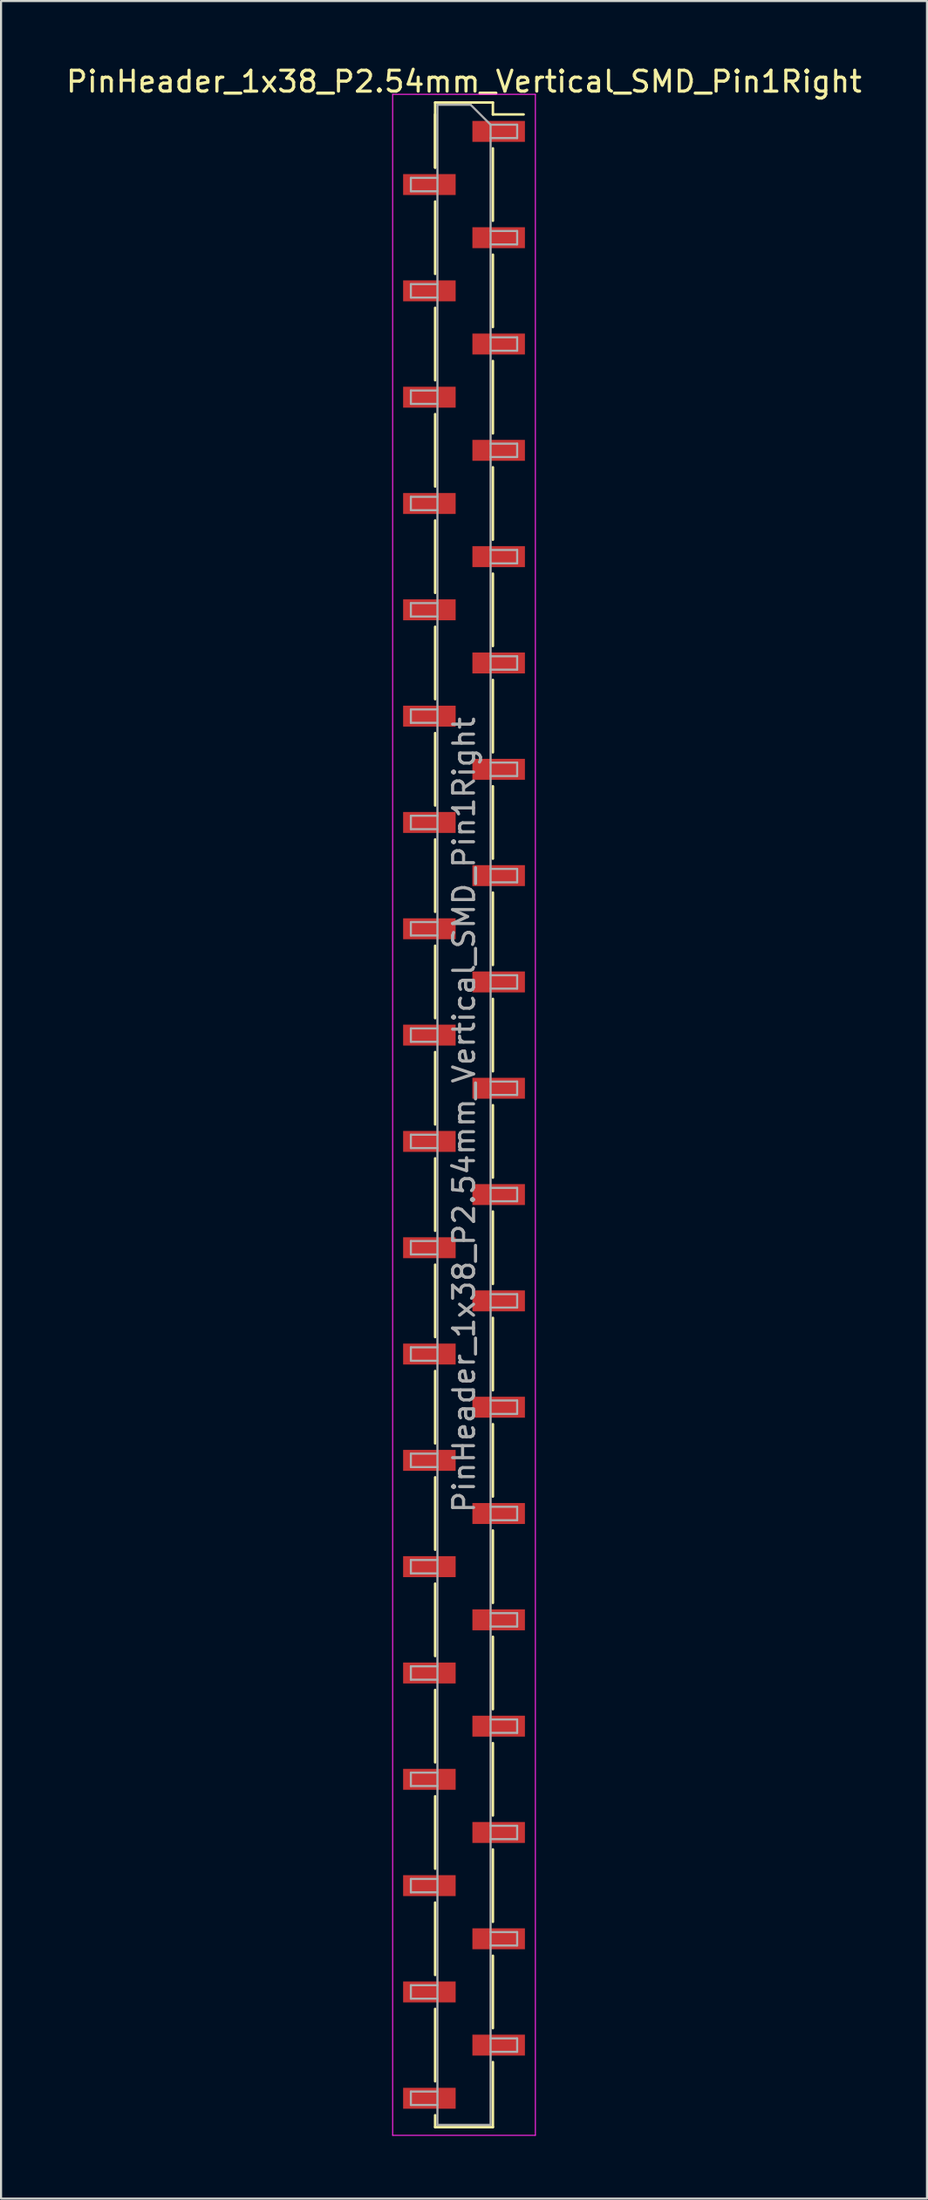
<source format=kicad_pcb>
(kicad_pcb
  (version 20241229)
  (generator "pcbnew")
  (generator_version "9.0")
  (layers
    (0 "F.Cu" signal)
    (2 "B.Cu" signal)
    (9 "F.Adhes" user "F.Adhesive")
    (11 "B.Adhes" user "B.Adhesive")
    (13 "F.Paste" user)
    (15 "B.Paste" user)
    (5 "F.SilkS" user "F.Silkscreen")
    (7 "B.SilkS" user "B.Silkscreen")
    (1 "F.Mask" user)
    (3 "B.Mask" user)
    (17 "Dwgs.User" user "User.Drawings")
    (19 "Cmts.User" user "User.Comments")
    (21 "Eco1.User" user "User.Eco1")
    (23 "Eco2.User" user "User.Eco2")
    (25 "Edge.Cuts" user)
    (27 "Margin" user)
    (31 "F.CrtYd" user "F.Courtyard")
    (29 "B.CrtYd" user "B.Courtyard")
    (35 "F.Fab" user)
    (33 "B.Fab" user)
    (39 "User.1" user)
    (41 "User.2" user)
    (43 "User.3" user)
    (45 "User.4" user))
  (footprint "PinHeader_1x38_P2.54mm_Vertical_SMD_Pin1Right"
    (layer "F.Cu")
    (at 19.125 50.218)
    (property "Reference" "PinHeader_1x38_P2.54mm_Vertical_SMD_Pin1Right" (at 0 -49.37 0) (layer "F.SilkS") (effects (font (size 1 1) (thickness 0.15))))
    (attr smd)
    (fp_line (start -1.38 -48.37) (end -1.38 -45.26) (stroke (width 0.12) (type solid)) (layer "F.SilkS"))
    (fp_line (start -1.38 -48.37) (end 1.38 -48.37) (stroke (width 0.12) (type solid)) (layer "F.SilkS"))
    (fp_line (start -1.38 -47.8) (end -1.38 -45.26) (stroke (width 0.12) (type solid)) (layer "F.SilkS"))
    (fp_line (start -1.38 -43.64) (end -1.38 -40.18) (stroke (width 0.12) (type solid)) (layer "F.SilkS"))
    (fp_line (start -1.38 -38.56) (end -1.38 -35.1) (stroke (width 0.12) (type solid)) (layer "F.SilkS"))
    (fp_line (start -1.38 -33.48) (end -1.38 -30.02) (stroke (width 0.12) (type solid)) (layer "F.SilkS"))
    (fp_line (start -1.38 -28.4) (end -1.38 -24.94) (stroke (width 0.12) (type solid)) (layer "F.SilkS"))
    (fp_line (start -1.38 -23.32) (end -1.38 -19.86) (stroke (width 0.12) (type solid)) (layer "F.SilkS"))
    (fp_line (start -1.38 -18.24) (end -1.38 -14.78) (stroke (width 0.12) (type solid)) (layer "F.SilkS"))
    (fp_line (start -1.38 -13.16) (end -1.38 -9.7) (stroke (width 0.12) (type solid)) (layer "F.SilkS"))
    (fp_line (start -1.38 -8.08) (end -1.38 -4.62) (stroke (width 0.12) (type solid)) (layer "F.SilkS"))
    (fp_line (start -1.38 -3) (end -1.38 0.46) (stroke (width 0.12) (type solid)) (layer "F.SilkS"))
    (fp_line (start -1.38 2.08) (end -1.38 5.54) (stroke (width 0.12) (type solid)) (layer "F.SilkS"))
    (fp_line (start -1.38 7.16) (end -1.38 10.62) (stroke (width 0.12) (type solid)) (layer "F.SilkS"))
    (fp_line (start -1.38 12.24) (end -1.38 15.7) (stroke (width 0.12) (type solid)) (layer "F.SilkS"))
    (fp_line (start -1.38 17.32) (end -1.38 20.78) (stroke (width 0.12) (type solid)) (layer "F.SilkS"))
    (fp_line (start -1.38 22.4) (end -1.38 25.86) (stroke (width 0.12) (type solid)) (layer "F.SilkS"))
    (fp_line (start -1.38 27.48) (end -1.38 30.94) (stroke (width 0.12) (type solid)) (layer "F.SilkS"))
    (fp_line (start -1.38 32.56) (end -1.38 36.02) (stroke (width 0.12) (type solid)) (layer "F.SilkS"))
    (fp_line (start -1.38 37.64) (end -1.38 41.1) (stroke (width 0.12) (type solid)) (layer "F.SilkS"))
    (fp_line (start -1.38 42.72) (end -1.38 46.18) (stroke (width 0.12) (type solid)) (layer "F.SilkS"))
    (fp_line (start -1.38 47.8) (end -1.38 48.37) (stroke (width 0.12) (type solid)) (layer "F.SilkS"))
    (fp_line (start -1.38 48.37) (end 1.38 48.37) (stroke (width 0.12) (type solid)) (layer "F.SilkS"))
    (fp_line (start 1.38 -48.37) (end 1.38 -47.8) (stroke (width 0.12) (type solid)) (layer "F.SilkS"))
    (fp_line (start 1.38 -47.8) (end 2.85 -47.8) (stroke (width 0.12) (type solid)) (layer "F.SilkS"))
    (fp_line (start 1.38 -46.18) (end 1.38 -42.72) (stroke (width 0.12) (type solid)) (layer "F.SilkS"))
    (fp_line (start 1.38 -41.1) (end 1.38 -37.64) (stroke (width 0.12) (type solid)) (layer "F.SilkS"))
    (fp_line (start 1.38 -36.02) (end 1.38 -32.56) (stroke (width 0.12) (type solid)) (layer "F.SilkS"))
    (fp_line (start 1.38 -30.94) (end 1.38 -27.48) (stroke (width 0.12) (type solid)) (layer "F.SilkS"))
    (fp_line (start 1.38 -25.86) (end 1.38 -22.4) (stroke (width 0.12) (type solid)) (layer "F.SilkS"))
    (fp_line (start 1.38 -20.78) (end 1.38 -17.32) (stroke (width 0.12) (type solid)) (layer "F.SilkS"))
    (fp_line (start 1.38 -15.7) (end 1.38 -12.24) (stroke (width 0.12) (type solid)) (layer "F.SilkS"))
    (fp_line (start 1.38 -10.62) (end 1.38 -7.16) (stroke (width 0.12) (type solid)) (layer "F.SilkS"))
    (fp_line (start 1.38 -5.54) (end 1.38 -2.08) (stroke (width 0.12) (type solid)) (layer "F.SilkS"))
    (fp_line (start 1.38 -0.46) (end 1.38 3) (stroke (width 0.12) (type solid)) (layer "F.SilkS"))
    (fp_line (start 1.38 4.62) (end 1.38 8.08) (stroke (width 0.12) (type solid)) (layer "F.SilkS"))
    (fp_line (start 1.38 9.7) (end 1.38 13.16) (stroke (width 0.12) (type solid)) (layer "F.SilkS"))
    (fp_line (start 1.38 14.78) (end 1.38 18.24) (stroke (width 0.12) (type solid)) (layer "F.SilkS"))
    (fp_line (start 1.38 19.86) (end 1.38 23.32) (stroke (width 0.12) (type solid)) (layer "F.SilkS"))
    (fp_line (start 1.38 24.94) (end 1.38 28.4) (stroke (width 0.12) (type solid)) (layer "F.SilkS"))
    (fp_line (start 1.38 30.02) (end 1.38 33.48) (stroke (width 0.12) (type solid)) (layer "F.SilkS"))
    (fp_line (start 1.38 35.1) (end 1.38 38.56) (stroke (width 0.12) (type solid)) (layer "F.SilkS"))
    (fp_line (start 1.38 40.18) (end 1.38 43.64) (stroke (width 0.12) (type solid)) (layer "F.SilkS"))
    (fp_line (start 1.38 45.26) (end 1.38 48.37) (stroke (width 0.12) (type solid)) (layer "F.SilkS"))
    (fp_line (start -3.41 -48.76) (end -3.41 48.76) (stroke (width 0.05) (type solid)) (layer "F.CrtYd"))
    (fp_line (start -3.41 48.76) (end 3.41 48.76) (stroke (width 0.05) (type solid)) (layer "F.CrtYd"))
    (fp_line (start 3.41 -48.76) (end -3.41 -48.76) (stroke (width 0.05) (type solid)) (layer "F.CrtYd"))
    (fp_line (start 3.41 48.76) (end 3.41 -48.76) (stroke (width 0.05) (type solid)) (layer "F.CrtYd"))
    (fp_line (start -2.54 -44.77) (end -2.54 -44.13) (stroke (width 0.1) (type solid)) (layer "F.Fab"))
    (fp_line (start -2.54 -44.13) (end -1.27 -44.13) (stroke (width 0.1) (type solid)) (layer "F.Fab"))
    (fp_line (start -2.54 -39.69) (end -2.54 -39.05) (stroke (width 0.1) (type solid)) (layer "F.Fab"))
    (fp_line (start -2.54 -39.05) (end -1.27 -39.05) (stroke (width 0.1) (type solid)) (layer "F.Fab"))
    (fp_line (start -2.54 -34.61) (end -2.54 -33.97) (stroke (width 0.1) (type solid)) (layer "F.Fab"))
    (fp_line (start -2.54 -33.97) (end -1.27 -33.97) (stroke (width 0.1) (type solid)) (layer "F.Fab"))
    (fp_line (start -2.54 -29.53) (end -2.54 -28.89) (stroke (width 0.1) (type solid)) (layer "F.Fab"))
    (fp_line (start -2.54 -28.89) (end -1.27 -28.89) (stroke (width 0.1) (type solid)) (layer "F.Fab"))
    (fp_line (start -2.54 -24.45) (end -2.54 -23.81) (stroke (width 0.1) (type solid)) (layer "F.Fab"))
    (fp_line (start -2.54 -23.81) (end -1.27 -23.81) (stroke (width 0.1) (type solid)) (layer "F.Fab"))
    (fp_line (start -2.54 -19.37) (end -2.54 -18.73) (stroke (width 0.1) (type solid)) (layer "F.Fab"))
    (fp_line (start -2.54 -18.73) (end -1.27 -18.73) (stroke (width 0.1) (type solid)) (layer "F.Fab"))
    (fp_line (start -2.54 -14.29) (end -2.54 -13.65) (stroke (width 0.1) (type solid)) (layer "F.Fab"))
    (fp_line (start -2.54 -13.65) (end -1.27 -13.65) (stroke (width 0.1) (type solid)) (layer "F.Fab"))
    (fp_line (start -2.54 -9.21) (end -2.54 -8.57) (stroke (width 0.1) (type solid)) (layer "F.Fab"))
    (fp_line (start -2.54 -8.57) (end -1.27 -8.57) (stroke (width 0.1) (type solid)) (layer "F.Fab"))
    (fp_line (start -2.54 -4.13) (end -2.54 -3.49) (stroke (width 0.1) (type solid)) (layer "F.Fab"))
    (fp_line (start -2.54 -3.49) (end -1.27 -3.49) (stroke (width 0.1) (type solid)) (layer "F.Fab"))
    (fp_line (start -2.54 0.95) (end -2.54 1.59) (stroke (width 0.1) (type solid)) (layer "F.Fab"))
    (fp_line (start -2.54 1.59) (end -1.27 1.59) (stroke (width 0.1) (type solid)) (layer "F.Fab"))
    (fp_line (start -2.54 6.03) (end -2.54 6.67) (stroke (width 0.1) (type solid)) (layer "F.Fab"))
    (fp_line (start -2.54 6.67) (end -1.27 6.67) (stroke (width 0.1) (type solid)) (layer "F.Fab"))
    (fp_line (start -2.54 11.11) (end -2.54 11.75) (stroke (width 0.1) (type solid)) (layer "F.Fab"))
    (fp_line (start -2.54 11.75) (end -1.27 11.75) (stroke (width 0.1) (type solid)) (layer "F.Fab"))
    (fp_line (start -2.54 16.19) (end -2.54 16.83) (stroke (width 0.1) (type solid)) (layer "F.Fab"))
    (fp_line (start -2.54 16.83) (end -1.27 16.83) (stroke (width 0.1) (type solid)) (layer "F.Fab"))
    (fp_line (start -2.54 21.27) (end -2.54 21.91) (stroke (width 0.1) (type solid)) (layer "F.Fab"))
    (fp_line (start -2.54 21.91) (end -1.27 21.91) (stroke (width 0.1) (type solid)) (layer "F.Fab"))
    (fp_line (start -2.54 26.35) (end -2.54 26.99) (stroke (width 0.1) (type solid)) (layer "F.Fab"))
    (fp_line (start -2.54 26.99) (end -1.27 26.99) (stroke (width 0.1) (type solid)) (layer "F.Fab"))
    (fp_line (start -2.54 31.43) (end -2.54 32.07) (stroke (width 0.1) (type solid)) (layer "F.Fab"))
    (fp_line (start -2.54 32.07) (end -1.27 32.07) (stroke (width 0.1) (type solid)) (layer "F.Fab"))
    (fp_line (start -2.54 36.51) (end -2.54 37.15) (stroke (width 0.1) (type solid)) (layer "F.Fab"))
    (fp_line (start -2.54 37.15) (end -1.27 37.15) (stroke (width 0.1) (type solid)) (layer "F.Fab"))
    (fp_line (start -2.54 41.59) (end -2.54 42.23) (stroke (width 0.1) (type solid)) (layer "F.Fab"))
    (fp_line (start -2.54 42.23) (end -1.27 42.23) (stroke (width 0.1) (type solid)) (layer "F.Fab"))
    (fp_line (start -2.54 46.67) (end -2.54 47.31) (stroke (width 0.1) (type solid)) (layer "F.Fab"))
    (fp_line (start -2.54 47.31) (end -1.27 47.31) (stroke (width 0.1) (type solid)) (layer "F.Fab"))
    (fp_line (start -1.27 -48.26) (end -1.27 48.26) (stroke (width 0.1) (type solid)) (layer "F.Fab"))
    (fp_line (start -1.27 -48.26) (end 0.32 -48.26) (stroke (width 0.1) (type solid)) (layer "F.Fab"))
    (fp_line (start -1.27 -44.77) (end -2.54 -44.77) (stroke (width 0.1) (type solid)) (layer "F.Fab"))
    (fp_line (start -1.27 -39.69) (end -2.54 -39.69) (stroke (width 0.1) (type solid)) (layer "F.Fab"))
    (fp_line (start -1.27 -34.61) (end -2.54 -34.61) (stroke (width 0.1) (type solid)) (layer "F.Fab"))
    (fp_line (start -1.27 -29.53) (end -2.54 -29.53) (stroke (width 0.1) (type solid)) (layer "F.Fab"))
    (fp_line (start -1.27 -24.45) (end -2.54 -24.45) (stroke (width 0.1) (type solid)) (layer "F.Fab"))
    (fp_line (start -1.27 -19.37) (end -2.54 -19.37) (stroke (width 0.1) (type solid)) (layer "F.Fab"))
    (fp_line (start -1.27 -14.29) (end -2.54 -14.29) (stroke (width 0.1) (type solid)) (layer "F.Fab"))
    (fp_line (start -1.27 -9.21) (end -2.54 -9.21) (stroke (width 0.1) (type solid)) (layer "F.Fab"))
    (fp_line (start -1.27 -4.13) (end -2.54 -4.13) (stroke (width 0.1) (type solid)) (layer "F.Fab"))
    (fp_line (start -1.27 0.95) (end -2.54 0.95) (stroke (width 0.1) (type solid)) (layer "F.Fab"))
    (fp_line (start -1.27 6.03) (end -2.54 6.03) (stroke (width 0.1) (type solid)) (layer "F.Fab"))
    (fp_line (start -1.27 11.11) (end -2.54 11.11) (stroke (width 0.1) (type solid)) (layer "F.Fab"))
    (fp_line (start -1.27 16.19) (end -2.54 16.19) (stroke (width 0.1) (type solid)) (layer "F.Fab"))
    (fp_line (start -1.27 21.27) (end -2.54 21.27) (stroke (width 0.1) (type solid)) (layer "F.Fab"))
    (fp_line (start -1.27 26.35) (end -2.54 26.35) (stroke (width 0.1) (type solid)) (layer "F.Fab"))
    (fp_line (start -1.27 31.43) (end -2.54 31.43) (stroke (width 0.1) (type solid)) (layer "F.Fab"))
    (fp_line (start -1.27 36.51) (end -2.54 36.51) (stroke (width 0.1) (type solid)) (layer "F.Fab"))
    (fp_line (start -1.27 41.59) (end -2.54 41.59) (stroke (width 0.1) (type solid)) (layer "F.Fab"))
    (fp_line (start -1.27 46.67) (end -2.54 46.67) (stroke (width 0.1) (type solid)) (layer "F.Fab"))
    (fp_line (start 1.27 -47.31) (end 0.32 -48.26) (stroke (width 0.1) (type solid)) (layer "F.Fab"))
    (fp_line (start 1.27 -47.31) (end 2.54 -47.31) (stroke (width 0.1) (type solid)) (layer "F.Fab"))
    (fp_line (start 1.27 -42.23) (end 2.54 -42.23) (stroke (width 0.1) (type solid)) (layer "F.Fab"))
    (fp_line (start 1.27 -37.15) (end 2.54 -37.15) (stroke (width 0.1) (type solid)) (layer "F.Fab"))
    (fp_line (start 1.27 -32.07) (end 2.54 -32.07) (stroke (width 0.1) (type solid)) (layer "F.Fab"))
    (fp_line (start 1.27 -26.99) (end 2.54 -26.99) (stroke (width 0.1) (type solid)) (layer "F.Fab"))
    (fp_line (start 1.27 -21.91) (end 2.54 -21.91) (stroke (width 0.1) (type solid)) (layer "F.Fab"))
    (fp_line (start 1.27 -16.83) (end 2.54 -16.83) (stroke (width 0.1) (type solid)) (layer "F.Fab"))
    (fp_line (start 1.27 -11.75) (end 2.54 -11.75) (stroke (width 0.1) (type solid)) (layer "F.Fab"))
    (fp_line (start 1.27 -6.67) (end 2.54 -6.67) (stroke (width 0.1) (type solid)) (layer "F.Fab"))
    (fp_line (start 1.27 -1.59) (end 2.54 -1.59) (stroke (width 0.1) (type solid)) (layer "F.Fab"))
    (fp_line (start 1.27 3.49) (end 2.54 3.49) (stroke (width 0.1) (type solid)) (layer "F.Fab"))
    (fp_line (start 1.27 8.57) (end 2.54 8.57) (stroke (width 0.1) (type solid)) (layer "F.Fab"))
    (fp_line (start 1.27 13.65) (end 2.54 13.65) (stroke (width 0.1) (type solid)) (layer "F.Fab"))
    (fp_line (start 1.27 18.73) (end 2.54 18.73) (stroke (width 0.1) (type solid)) (layer "F.Fab"))
    (fp_line (start 1.27 23.81) (end 2.54 23.81) (stroke (width 0.1) (type solid)) (layer "F.Fab"))
    (fp_line (start 1.27 28.89) (end 2.54 28.89) (stroke (width 0.1) (type solid)) (layer "F.Fab"))
    (fp_line (start 1.27 33.97) (end 2.54 33.97) (stroke (width 0.1) (type solid)) (layer "F.Fab"))
    (fp_line (start 1.27 39.05) (end 2.54 39.05) (stroke (width 0.1) (type solid)) (layer "F.Fab"))
    (fp_line (start 1.27 44.13) (end 2.54 44.13) (stroke (width 0.1) (type solid)) (layer "F.Fab"))
    (fp_line (start 1.27 48.26) (end -1.27 48.26) (stroke (width 0.1) (type solid)) (layer "F.Fab"))
    (fp_line (start 1.27 48.26) (end 1.27 -47.31) (stroke (width 0.1) (type solid)) (layer "F.Fab"))
    (fp_line (start 2.54 -47.31) (end 2.54 -46.67) (stroke (width 0.1) (type solid)) (layer "F.Fab"))
    (fp_line (start 2.54 -46.67) (end 1.27 -46.67) (stroke (width 0.1) (type solid)) (layer "F.Fab"))
    (fp_line (start 2.54 -42.23) (end 2.54 -41.59) (stroke (width 0.1) (type solid)) (layer "F.Fab"))
    (fp_line (start 2.54 -41.59) (end 1.27 -41.59) (stroke (width 0.1) (type solid)) (layer "F.Fab"))
    (fp_line (start 2.54 -37.15) (end 2.54 -36.51) (stroke (width 0.1) (type solid)) (layer "F.Fab"))
    (fp_line (start 2.54 -36.51) (end 1.27 -36.51) (stroke (width 0.1) (type solid)) (layer "F.Fab"))
    (fp_line (start 2.54 -32.07) (end 2.54 -31.43) (stroke (width 0.1) (type solid)) (layer "F.Fab"))
    (fp_line (start 2.54 -31.43) (end 1.27 -31.43) (stroke (width 0.1) (type solid)) (layer "F.Fab"))
    (fp_line (start 2.54 -26.99) (end 2.54 -26.35) (stroke (width 0.1) (type solid)) (layer "F.Fab"))
    (fp_line (start 2.54 -26.35) (end 1.27 -26.35) (stroke (width 0.1) (type solid)) (layer "F.Fab"))
    (fp_line (start 2.54 -21.91) (end 2.54 -21.27) (stroke (width 0.1) (type solid)) (layer "F.Fab"))
    (fp_line (start 2.54 -21.27) (end 1.27 -21.27) (stroke (width 0.1) (type solid)) (layer "F.Fab"))
    (fp_line (start 2.54 -16.83) (end 2.54 -16.19) (stroke (width 0.1) (type solid)) (layer "F.Fab"))
    (fp_line (start 2.54 -16.19) (end 1.27 -16.19) (stroke (width 0.1) (type solid)) (layer "F.Fab"))
    (fp_line (start 2.54 -11.75) (end 2.54 -11.11) (stroke (width 0.1) (type solid)) (layer "F.Fab"))
    (fp_line (start 2.54 -11.11) (end 1.27 -11.11) (stroke (width 0.1) (type solid)) (layer "F.Fab"))
    (fp_line (start 2.54 -6.67) (end 2.54 -6.03) (stroke (width 0.1) (type solid)) (layer "F.Fab"))
    (fp_line (start 2.54 -6.03) (end 1.27 -6.03) (stroke (width 0.1) (type solid)) (layer "F.Fab"))
    (fp_line (start 2.54 -1.59) (end 2.54 -0.95) (stroke (width 0.1) (type solid)) (layer "F.Fab"))
    (fp_line (start 2.54 -0.95) (end 1.27 -0.95) (stroke (width 0.1) (type solid)) (layer "F.Fab"))
    (fp_line (start 2.54 3.49) (end 2.54 4.13) (stroke (width 0.1) (type solid)) (layer "F.Fab"))
    (fp_line (start 2.54 4.13) (end 1.27 4.13) (stroke (width 0.1) (type solid)) (layer "F.Fab"))
    (fp_line (start 2.54 8.57) (end 2.54 9.21) (stroke (width 0.1) (type solid)) (layer "F.Fab"))
    (fp_line (start 2.54 9.21) (end 1.27 9.21) (stroke (width 0.1) (type solid)) (layer "F.Fab"))
    (fp_line (start 2.54 13.65) (end 2.54 14.29) (stroke (width 0.1) (type solid)) (layer "F.Fab"))
    (fp_line (start 2.54 14.29) (end 1.27 14.29) (stroke (width 0.1) (type solid)) (layer "F.Fab"))
    (fp_line (start 2.54 18.73) (end 2.54 19.37) (stroke (width 0.1) (type solid)) (layer "F.Fab"))
    (fp_line (start 2.54 19.37) (end 1.27 19.37) (stroke (width 0.1) (type solid)) (layer "F.Fab"))
    (fp_line (start 2.54 23.81) (end 2.54 24.45) (stroke (width 0.1) (type solid)) (layer "F.Fab"))
    (fp_line (start 2.54 24.45) (end 1.27 24.45) (stroke (width 0.1) (type solid)) (layer "F.Fab"))
    (fp_line (start 2.54 28.89) (end 2.54 29.53) (stroke (width 0.1) (type solid)) (layer "F.Fab"))
    (fp_line (start 2.54 29.53) (end 1.27 29.53) (stroke (width 0.1) (type solid)) (layer "F.Fab"))
    (fp_line (start 2.54 33.97) (end 2.54 34.61) (stroke (width 0.1) (type solid)) (layer "F.Fab"))
    (fp_line (start 2.54 34.61) (end 1.27 34.61) (stroke (width 0.1) (type solid)) (layer "F.Fab"))
    (fp_line (start 2.54 39.05) (end 2.54 39.69) (stroke (width 0.1) (type solid)) (layer "F.Fab"))
    (fp_line (start 2.54 39.69) (end 1.27 39.69) (stroke (width 0.1) (type solid)) (layer "F.Fab"))
    (fp_line (start 2.54 44.13) (end 2.54 44.77) (stroke (width 0.1) (type solid)) (layer "F.Fab"))
    (fp_line (start 2.54 44.77) (end 1.27 44.77) (stroke (width 0.1) (type solid)) (layer "F.Fab"))
    (fp_text user "${REFERENCE}" (at 0 0 90) (layer "F.Fab") (effects (font (size 1 1) (thickness 0.15))))
    (pad "1" smd rect (at 1.655 -46.99) (size 2.51 1) (layers "F.Cu" "F.Mask" "F.Paste"))
    (pad "2" smd rect (at -1.655 -44.45) (size 2.51 1) (layers "F.Cu" "F.Mask" "F.Paste"))
    (pad "3" smd rect (at 1.655 -41.91) (size 2.51 1) (layers "F.Cu" "F.Mask" "F.Paste"))
    (pad "4" smd rect (at -1.655 -39.37) (size 2.51 1) (layers "F.Cu" "F.Mask" "F.Paste"))
    (pad "5" smd rect (at 1.655 -36.83) (size 2.51 1) (layers "F.Cu" "F.Mask" "F.Paste"))
    (pad "6" smd rect (at -1.655 -34.29) (size 2.51 1) (layers "F.Cu" "F.Mask" "F.Paste"))
    (pad "7" smd rect (at 1.655 -31.75) (size 2.51 1) (layers "F.Cu" "F.Mask" "F.Paste"))
    (pad "8" smd rect (at -1.655 -29.21) (size 2.51 1) (layers "F.Cu" "F.Mask" "F.Paste"))
    (pad "9" smd rect (at 1.655 -26.67) (size 2.51 1) (layers "F.Cu" "F.Mask" "F.Paste"))
    (pad "10" smd rect (at -1.655 -24.13) (size 2.51 1) (layers "F.Cu" "F.Mask" "F.Paste"))
    (pad "11" smd rect (at 1.655 -21.59) (size 2.51 1) (layers "F.Cu" "F.Mask" "F.Paste"))
    (pad "12" smd rect (at -1.655 -19.05) (size 2.51 1) (layers "F.Cu" "F.Mask" "F.Paste"))
    (pad "13" smd rect (at 1.655 -16.51) (size 2.51 1) (layers "F.Cu" "F.Mask" "F.Paste"))
    (pad "14" smd rect (at -1.655 -13.97) (size 2.51 1) (layers "F.Cu" "F.Mask" "F.Paste"))
    (pad "15" smd rect (at 1.655 -11.43) (size 2.51 1) (layers "F.Cu" "F.Mask" "F.Paste"))
    (pad "16" smd rect (at -1.655 -8.89) (size 2.51 1) (layers "F.Cu" "F.Mask" "F.Paste"))
    (pad "17" smd rect (at 1.655 -6.35) (size 2.51 1) (layers "F.Cu" "F.Mask" "F.Paste"))
    (pad "18" smd rect (at -1.655 -3.81) (size 2.51 1) (layers "F.Cu" "F.Mask" "F.Paste"))
    (pad "19" smd rect (at 1.655 -1.27) (size 2.51 1) (layers "F.Cu" "F.Mask" "F.Paste"))
    (pad "20" smd rect (at -1.655 1.27) (size 2.51 1) (layers "F.Cu" "F.Mask" "F.Paste"))
    (pad "21" smd rect (at 1.655 3.81) (size 2.51 1) (layers "F.Cu" "F.Mask" "F.Paste"))
    (pad "22" smd rect (at -1.655 6.35) (size 2.51 1) (layers "F.Cu" "F.Mask" "F.Paste"))
    (pad "23" smd rect (at 1.655 8.89) (size 2.51 1) (layers "F.Cu" "F.Mask" "F.Paste"))
    (pad "24" smd rect (at -1.655 11.43) (size 2.51 1) (layers "F.Cu" "F.Mask" "F.Paste"))
    (pad "25" smd rect (at 1.655 13.97) (size 2.51 1) (layers "F.Cu" "F.Mask" "F.Paste"))
    (pad "26" smd rect (at -1.655 16.51) (size 2.51 1) (layers "F.Cu" "F.Mask" "F.Paste"))
    (pad "27" smd rect (at 1.655 19.05) (size 2.51 1) (layers "F.Cu" "F.Mask" "F.Paste"))
    (pad "28" smd rect (at -1.655 21.59) (size 2.51 1) (layers "F.Cu" "F.Mask" "F.Paste"))
    (pad "29" smd rect (at 1.655 24.13) (size 2.51 1) (layers "F.Cu" "F.Mask" "F.Paste"))
    (pad "30" smd rect (at -1.655 26.67) (size 2.51 1) (layers "F.Cu" "F.Mask" "F.Paste"))
    (pad "31" smd rect (at 1.655 29.21) (size 2.51 1) (layers "F.Cu" "F.Mask" "F.Paste"))
    (pad "32" smd rect (at -1.655 31.75) (size 2.51 1) (layers "F.Cu" "F.Mask" "F.Paste"))
    (pad "33" smd rect (at 1.655 34.29) (size 2.51 1) (layers "F.Cu" "F.Mask" "F.Paste"))
    (pad "34" smd rect (at -1.655 36.83) (size 2.51 1) (layers "F.Cu" "F.Mask" "F.Paste"))
    (pad "35" smd rect (at 1.655 39.37) (size 2.51 1) (layers "F.Cu" "F.Mask" "F.Paste"))
    (pad "36" smd rect (at -1.655 41.91) (size 2.51 1) (layers "F.Cu" "F.Mask" "F.Paste"))
    (pad "37" smd rect (at 1.655 44.45) (size 2.51 1) (layers "F.Cu" "F.Mask" "F.Paste"))
    (pad "38" smd rect (at -1.655 46.99) (size 2.51 1) (layers "F.Cu" "F.Mask" "F.Paste")))
  (gr_rect
    (start -3 -3)
    (end 41.25 102.003)
    (stroke (width 0.1) (type default))
    (fill no)
    (layer "Edge.Cuts")))
</source>
